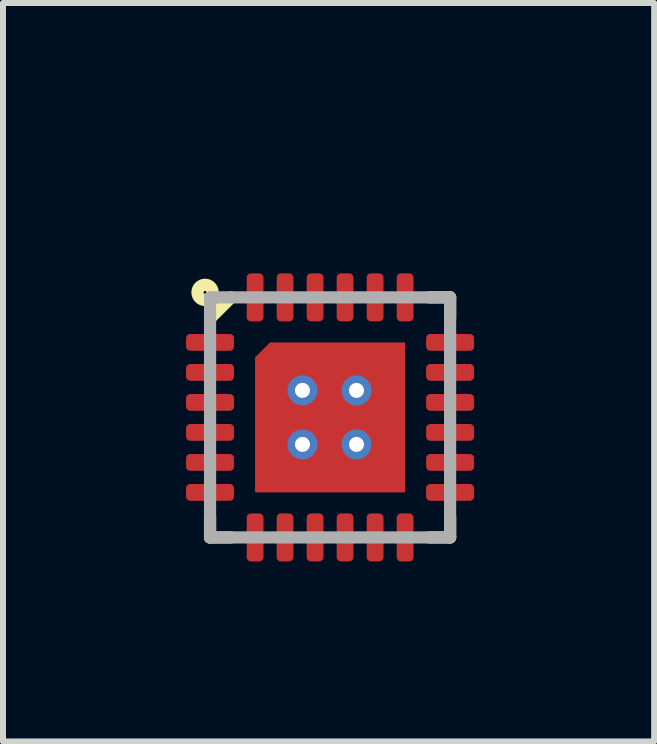
<source format=kicad_pcb>
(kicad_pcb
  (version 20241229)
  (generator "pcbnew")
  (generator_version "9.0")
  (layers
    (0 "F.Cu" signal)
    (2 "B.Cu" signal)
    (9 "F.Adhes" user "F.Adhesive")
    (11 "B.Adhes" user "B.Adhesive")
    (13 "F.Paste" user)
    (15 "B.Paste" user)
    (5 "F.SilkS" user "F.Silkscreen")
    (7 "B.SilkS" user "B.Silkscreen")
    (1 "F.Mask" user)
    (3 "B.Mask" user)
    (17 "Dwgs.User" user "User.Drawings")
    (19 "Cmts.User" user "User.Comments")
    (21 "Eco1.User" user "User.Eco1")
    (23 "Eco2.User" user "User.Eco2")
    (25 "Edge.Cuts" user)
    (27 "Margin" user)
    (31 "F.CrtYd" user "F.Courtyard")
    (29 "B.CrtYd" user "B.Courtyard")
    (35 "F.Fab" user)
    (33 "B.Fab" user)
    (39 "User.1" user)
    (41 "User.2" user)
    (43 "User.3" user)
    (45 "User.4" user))
  (footprint "CH9102F"
    (layer "F.Cu")
    (at 2.45 3.905)
    (property "Reference" "CH9102F" (at -2.45 -2.8 0) (unlocked yes) (layer "User.2") (effects (font (size 0.666 0.666) (thickness 0.146)) (justify left bottom)))
    (fp_line (start -2 2) (end -2 1.65) (stroke (width 0.203) (type solid)) (layer "F.SilkS"))
    (fp_line (start -1.65 -2) (end -2 -1.65) (stroke (width 0.203) (type solid)) (layer "F.SilkS"))
    (fp_line (start -1.65 2) (end -2 2) (stroke (width 0.203) (type solid)) (layer "F.SilkS"))
    (fp_line (start 1.65 2) (end 2 2) (stroke (width 0.203) (type solid)) (layer "F.SilkS"))
    (fp_line (start 2 -2) (end 1.65 -2) (stroke (width 0.203) (type solid)) (layer "F.SilkS"))
    (fp_line (start 2 -1.65) (end 2 -2) (stroke (width 0.203) (type solid)) (layer "F.SilkS"))
    (fp_line (start 2 1.65) (end 2 2) (stroke (width 0.203) (type solid)) (layer "F.SilkS"))
    (fp_circle (center -2.083 -2.083) (end -1.956 -2.083) (stroke (width 0.203) (type solid)) (fill no) (layer "F.SilkS"))
    (fp_poly (pts (xy -1.2 -0.6) (xy -0.6 -0.6) (xy -0.6 -1.2) (xy -1.2 -1.2)) (stroke (width 0) (type default)) (fill yes) (layer "F.Paste"))
    (fp_poly (pts (xy -1.2 0.3) (xy -0.6 0.3) (xy -0.6 -0.3) (xy -1.2 -0.3)) (stroke (width 0) (type default)) (fill yes) (layer "F.Paste"))
    (fp_poly (pts (xy -1.2 1.2) (xy -0.6 1.2) (xy -0.6 0.6) (xy -1.2 0.6)) (stroke (width 0) (type default)) (fill yes) (layer "F.Paste"))
    (fp_poly (pts (xy -0.3 -0.6) (xy 0.3 -0.6) (xy 0.3 -1.2) (xy -0.3 -1.2)) (stroke (width 0) (type default)) (fill yes) (layer "F.Paste"))
    (fp_poly (pts (xy -0.3 0.3) (xy 0.3 0.3) (xy 0.3 -0.3) (xy -0.3 -0.3)) (stroke (width 0) (type default)) (fill yes) (layer "F.Paste"))
    (fp_poly (pts (xy -0.3 1.2) (xy 0.3 1.2) (xy 0.3 0.6) (xy -0.3 0.6)) (stroke (width 0) (type default)) (fill yes) (layer "F.Paste"))
    (fp_poly (pts (xy 0.6 -0.6) (xy 1.2 -0.6) (xy 1.2 -1.2) (xy 0.6 -1.2)) (stroke (width 0) (type default)) (fill yes) (layer "F.Paste"))
    (fp_poly (pts (xy 0.6 0.3) (xy 1.2 0.3) (xy 1.2 -0.3) (xy 0.6 -0.3)) (stroke (width 0) (type default)) (fill yes) (layer "F.Paste"))
    (fp_poly (pts (xy 0.6 1.2) (xy 1.2 1.2) (xy 1.2 0.6) (xy 0.6 0.6)) (stroke (width 0) (type default)) (fill yes) (layer "F.Paste"))
    (fp_line (start -2 -2) (end -2 2) (stroke (width 0.203) (type solid)) (layer "F.Fab"))
    (fp_line (start -2 2) (end 2 2) (stroke (width 0.203) (type solid)) (layer "F.Fab"))
    (fp_line (start 2 -2) (end -2 -2) (stroke (width 0.203) (type solid)) (layer "F.Fab"))
    (fp_line (start 2 2) (end 2 -2) (stroke (width 0.203) (type solid)) (layer "F.Fab"))
    (pad "1" smd roundrect (at -2 -1.25 180) (size 0.8 0.28) (layers "F.Cu" "F.Mask" "F.Paste") (roundrect_rratio 0.25))
    (pad "2" smd roundrect (at -2 -0.75 180) (size 0.8 0.28) (layers "F.Cu" "F.Mask" "F.Paste") (roundrect_rratio 0.25))
    (pad "3" smd roundrect (at -2 -0.25 180) (size 0.8 0.28) (layers "F.Cu" "F.Mask" "F.Paste") (roundrect_rratio 0.25))
    (pad "4" smd roundrect (at -2 0.25 180) (size 0.8 0.28) (layers "F.Cu" "F.Mask" "F.Paste") (roundrect_rratio 0.25))
    (pad "5" smd roundrect (at -2 0.75 180) (size 0.8 0.28) (layers "F.Cu" "F.Mask" "F.Paste") (roundrect_rratio 0.25))
    (pad "6" smd roundrect (at -2 1.25 180) (size 0.8 0.28) (layers "F.Cu" "F.Mask" "F.Paste") (roundrect_rratio 0.25))
    (pad "7" smd roundrect (at -1.25 2 90) (size 0.8 0.28) (layers "F.Cu" "F.Mask" "F.Paste") (roundrect_rratio 0.25))
    (pad "8" smd roundrect (at -0.75 2 90) (size 0.8 0.28) (layers "F.Cu" "F.Mask" "F.Paste") (roundrect_rratio 0.25))
    (pad "9" smd roundrect (at -0.25 2 90) (size 0.8 0.28) (layers "F.Cu" "F.Mask" "F.Paste") (roundrect_rratio 0.25))
    (pad "10" smd roundrect (at 0.25 2 90) (size 0.8 0.28) (layers "F.Cu" "F.Mask" "F.Paste") (roundrect_rratio 0.25))
    (pad "11" smd roundrect (at 0.75 2 90) (size 0.8 0.28) (layers "F.Cu" "F.Mask" "F.Paste") (roundrect_rratio 0.25))
    (pad "12" smd roundrect (at 1.25 2 90) (size 0.8 0.28) (layers "F.Cu" "F.Mask" "F.Paste") (roundrect_rratio 0.25))
    (pad "13" smd roundrect (at 2 1.25) (size 0.8 0.28) (layers "F.Cu" "F.Mask" "F.Paste") (roundrect_rratio 0.25))
    (pad "14" smd roundrect (at 2 0.75) (size 0.8 0.28) (layers "F.Cu" "F.Mask" "F.Paste") (roundrect_rratio 0.25))
    (pad "15" smd roundrect (at 2 0.25) (size 0.8 0.28) (layers "F.Cu" "F.Mask" "F.Paste") (roundrect_rratio 0.25))
    (pad "16" smd roundrect (at 2 -0.25) (size 0.8 0.28) (layers "F.Cu" "F.Mask" "F.Paste") (roundrect_rratio 0.25))
    (pad "17" smd roundrect (at 2 -0.75) (size 0.8 0.28) (layers "F.Cu" "F.Mask" "F.Paste") (roundrect_rratio 0.25))
    (pad "18" smd roundrect (at 2 -1.25) (size 0.8 0.28) (layers "F.Cu" "F.Mask" "F.Paste") (roundrect_rratio 0.25))
    (pad "19" smd roundrect (at 1.25 -2 270) (size 0.8 0.28) (layers "F.Cu" "F.Mask" "F.Paste") (roundrect_rratio 0.25))
    (pad "20" smd roundrect (at 0.75 -2 270) (size 0.8 0.28) (layers "F.Cu" "F.Mask" "F.Paste") (roundrect_rratio 0.25))
    (pad "21" smd roundrect (at 0.25 -2 270) (size 0.8 0.28) (layers "F.Cu" "F.Mask" "F.Paste") (roundrect_rratio 0.25))
    (pad "22" smd roundrect (at -0.25 -2 270) (size 0.8 0.28) (layers "F.Cu" "F.Mask" "F.Paste") (roundrect_rratio 0.25))
    (pad "23" smd roundrect (at -0.75 -2 270) (size 0.8 0.28) (layers "F.Cu" "F.Mask" "F.Paste") (roundrect_rratio 0.25))
    (pad "24" smd roundrect (at -1.25 -2 270) (size 0.8 0.28) (layers "F.Cu" "F.Mask" "F.Paste") (roundrect_rratio 0.25))
    (pad "25" thru_hole circle (at -0.46 -0.45) (size 0.5 0.5) (drill 0.25) (layers "*.Cu" "*.Mask"))
    (pad "25" thru_hole circle (at -0.46 0.45) (size 0.5 0.5) (drill 0.25) (layers "*.Cu" "*.Mask"))
    (pad "25" smd roundrect (at 0 0) (size 2.5 2.5) (layers "F.Cu" "F.Mask") (roundrect_rratio 0) (chamfer_ratio 0.1) (chamfer top_left))
    (pad "25" thru_hole circle (at 0.44 -0.45) (size 0.5 0.5) (drill 0.25) (layers "*.Cu" "*.Mask"))
    (pad "25" thru_hole circle (at 0.44 0.45) (size 0.5 0.5) (drill 0.25) (layers "*.Cu" "*.Mask")))
  (gr_rect
    (start -3 -3)
    (end 7.85 9.305)
    (stroke (width 0.1) (type default))
    (fill no)
    (layer "Edge.Cuts")))
</source>
